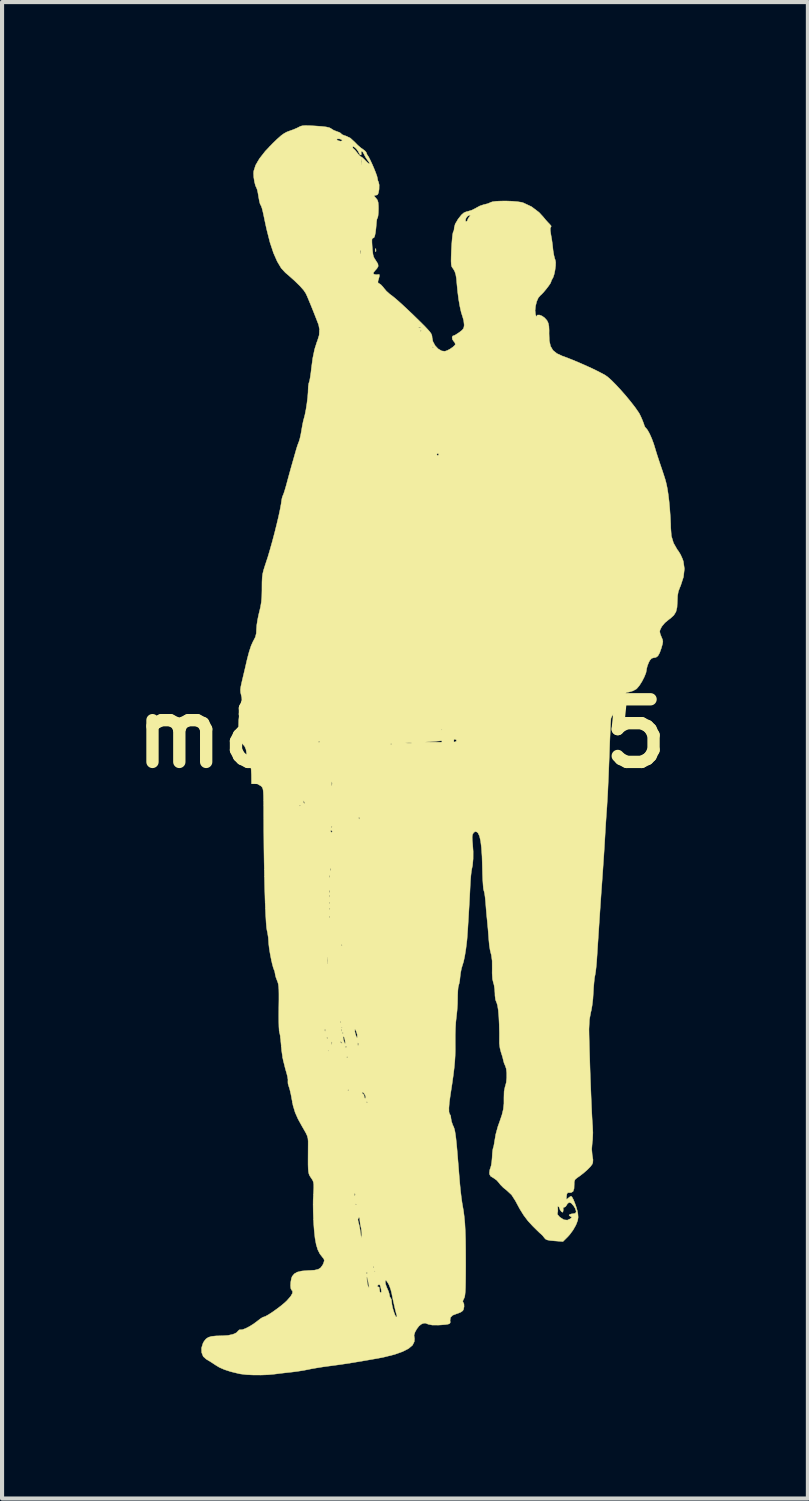
<source format=kicad_pcb>
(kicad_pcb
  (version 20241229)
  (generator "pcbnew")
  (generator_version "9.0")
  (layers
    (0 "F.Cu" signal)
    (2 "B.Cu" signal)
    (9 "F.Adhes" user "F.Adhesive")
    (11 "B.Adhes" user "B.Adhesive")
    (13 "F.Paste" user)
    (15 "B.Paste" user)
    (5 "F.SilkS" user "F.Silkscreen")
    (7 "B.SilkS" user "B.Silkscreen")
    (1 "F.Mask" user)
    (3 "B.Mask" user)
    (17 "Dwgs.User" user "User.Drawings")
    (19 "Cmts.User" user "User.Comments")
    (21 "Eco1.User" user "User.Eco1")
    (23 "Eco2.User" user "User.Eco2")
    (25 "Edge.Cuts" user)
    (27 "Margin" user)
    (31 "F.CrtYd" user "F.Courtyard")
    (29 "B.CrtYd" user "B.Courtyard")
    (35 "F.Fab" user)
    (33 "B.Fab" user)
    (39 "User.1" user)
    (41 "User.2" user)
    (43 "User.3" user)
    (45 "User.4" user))
  (footprint "m&d_logo5"
    (layer "F.Cu")
    (at 6.72 14.8)
    (property "Reference" "m&d_logo5" (at 0 0 0) (layer "F.SilkS") (effects (font (size 1.524 1.524) (thickness 0.3))))
    (attr through_hole)
    (fp_poly (pts (xy -0.624 -11.798) (xy -0.62 -11.743) (xy -0.624 -11.731) (xy -0.634 -11.727) (xy -0.637 -11.764) (xy -0.633 -11.802) (xy -0.624 -11.798)) (stroke (width 0.01) (type solid)) (fill yes) (layer "F.SilkS"))
    (fp_poly (pts (xy -2.257 -14.794) (xy -2.124 -14.787) (xy -2.091 -14.785) (xy -1.938 -14.774) (xy -1.831 -14.761) (xy -1.76 -14.745) (xy -1.718 -14.725) (xy -1.713 -14.72) (xy -1.654 -14.683) (xy -1.575 -14.651) (xy -1.567 -14.649) (xy -1.505 -14.626) (xy -1.472 -14.603) (xy -1.471 -14.598) (xy -1.447 -14.577) (xy -1.389 -14.552) (xy -1.358 -14.543) (xy -1.246 -14.491) (xy -1.143 -14.397) (xy -1.068 -14.32) (xy -0.988 -14.251) (xy -0.948 -14.224) (xy -0.89 -14.18) (xy -0.858 -14.142) (xy -0.856 -14.134) (xy -0.838 -14.087) (xy -0.826 -14.072) (xy -0.799 -14.03) (xy -0.76 -13.953) (xy -0.714 -13.855) (xy -0.668 -13.748) (xy -0.628 -13.648) (xy -0.599 -13.568) (xy -0.588 -13.522) (xy -0.576 -13.457) (xy -0.559 -13.418) (xy -0.544 -13.352) (xy -0.546 -13.255) (xy -0.548 -13.232) (xy -0.564 -13.151) (xy -0.585 -13.111) (xy -0.617 -13.101) (xy -0.66 -13.095) (xy -0.661 -13.073) (xy -0.62 -13.026) (xy -0.615 -13.021) (xy -0.586 -12.982) (xy -0.569 -12.927) (xy -0.562 -12.842) (xy -0.561 -12.771) (xy -0.564 -12.673) (xy -0.571 -12.597) (xy -0.58 -12.557) (xy -0.582 -12.555) (xy -0.599 -12.516) (xy -0.607 -12.464) (xy -0.621 -12.301) (xy -0.635 -12.185) (xy -0.651 -12.11) (xy -0.668 -12.07) (xy -0.689 -12.058) (xy -0.71 -12.05) (xy -0.72 -12.019) (xy -0.72 -11.954) (xy -0.715 -11.864) (xy -0.705 -11.745) (xy -0.695 -11.665) (xy -0.682 -11.609) (xy -0.661 -11.564) (xy -0.629 -11.516) (xy -0.622 -11.505) (xy -0.575 -11.43) (xy -0.567 -11.373) (xy -0.598 -11.317) (xy -0.635 -11.276) (xy -0.679 -11.223) (xy -0.685 -11.192) (xy -0.672 -11.178) (xy -0.618 -11.166) (xy -0.581 -11.17) (xy -0.543 -11.173) (xy -0.537 -11.142) (xy -0.541 -11.12) (xy -0.56 -11.05) (xy -0.573 -11.011) (xy -0.572 -10.968) (xy -0.543 -10.951) (xy -0.499 -10.92) (xy -0.445 -10.861) (xy -0.429 -10.839) (xy -0.368 -10.767) (xy -0.284 -10.692) (xy -0.235 -10.656) (xy -0.178 -10.611) (xy -0.09 -10.536) (xy 0.02 -10.437) (xy 0.144 -10.321) (xy 0.276 -10.196) (xy 0.318 -10.155) (xy 0.457 -10.019) (xy 0.563 -9.914) (xy 0.638 -9.834) (xy 0.69 -9.775) (xy 0.721 -9.73) (xy 0.737 -9.694) (xy 0.743 -9.661) (xy 0.743 -9.646) (xy 0.763 -9.542) (xy 0.816 -9.443) (xy 0.89 -9.363) (xy 0.976 -9.312) (xy 1.054 -9.302) (xy 1.114 -9.322) (xy 1.186 -9.361) (xy 1.253 -9.408) (xy 1.299 -9.452) (xy 1.31 -9.475) (xy 1.291 -9.522) (xy 1.27 -9.545) (xy 1.24 -9.589) (xy 1.231 -9.639) (xy 1.244 -9.674) (xy 1.259 -9.679) (xy 1.296 -9.693) (xy 1.358 -9.731) (xy 1.406 -9.763) (xy 1.476 -9.818) (xy 1.511 -9.864) (xy 1.523 -9.919) (xy 1.524 -9.951) (xy 1.513 -10.05) (xy 1.486 -10.146) (xy 1.484 -10.15) (xy 1.452 -10.251) (xy 1.42 -10.394) (xy 1.39 -10.564) (xy 1.366 -10.75) (xy 1.348 -10.934) (xy 1.336 -11.073) (xy 1.319 -11.173) (xy 1.294 -11.248) (xy 1.257 -11.312) (xy 1.233 -11.342) (xy 1.219 -11.371) (xy 1.21 -11.42) (xy 1.206 -11.497) (xy 1.208 -11.611) (xy 1.214 -11.769) (xy 1.215 -11.783) (xy 1.223 -11.924) (xy 1.233 -12.047) (xy 1.243 -12.14) (xy 1.254 -12.195) (xy 1.258 -12.204) (xy 1.276 -12.247) (xy 1.283 -12.312) (xy 1.306 -12.4) (xy 1.364 -12.497) (xy 1.555 -12.497) (xy 1.561 -12.465) (xy 1.577 -12.459) (xy 1.603 -12.48) (xy 1.604 -12.491) (xy 1.621 -12.534) (xy 1.647 -12.569) (xy 1.674 -12.603) (xy 1.663 -12.611) (xy 1.642 -12.609) (xy 1.602 -12.587) (xy 1.571 -12.544) (xy 1.555 -12.497) (xy 1.364 -12.497) (xy 1.375 -12.516) (xy 1.393 -12.54) (xy 1.46 -12.624) (xy 1.516 -12.672) (xy 1.575 -12.698) (xy 1.611 -12.706) (xy 1.707 -12.735) (xy 1.802 -12.782) (xy 1.816 -12.791) (xy 1.905 -12.839) (xy 2.003 -12.872) (xy 2.019 -12.875) (xy 2.097 -12.895) (xy 2.155 -12.919) (xy 2.163 -12.924) (xy 2.213 -12.941) (xy 2.302 -12.953) (xy 2.42 -12.958) (xy 2.553 -12.959) (xy 2.688 -12.954) (xy 2.812 -12.944) (xy 2.914 -12.929) (xy 2.959 -12.917) (xy 3.164 -12.821) (xy 3.346 -12.683) (xy 3.444 -12.577) (xy 3.51 -12.497) (xy 3.572 -12.429) (xy 3.606 -12.394) (xy 3.643 -12.349) (xy 3.634 -12.325) (xy 3.62 -12.297) (xy 3.621 -12.235) (xy 3.636 -12.135) (xy 3.655 -12.029) (xy 3.669 -11.928) (xy 3.676 -11.871) (xy 3.689 -11.749) (xy 3.708 -11.638) (xy 3.729 -11.554) (xy 3.741 -11.524) (xy 3.751 -11.468) (xy 3.748 -11.38) (xy 3.735 -11.277) (xy 3.715 -11.179) (xy 3.69 -11.102) (xy 3.679 -11.083) (xy 3.648 -11.025) (xy 3.636 -10.987) (xy 3.62 -10.952) (xy 3.578 -10.891) (xy 3.522 -10.818) (xy 3.462 -10.746) (xy 3.408 -10.688) (xy 3.376 -10.66) (xy 3.329 -10.605) (xy 3.289 -10.514) (xy 3.262 -10.405) (xy 3.25 -10.295) (xy 3.26 -10.202) (xy 3.261 -10.197) (xy 3.277 -10.154) (xy 3.286 -10.151) (xy 3.286 -10.153) (xy 3.307 -10.185) (xy 3.355 -10.186) (xy 3.418 -10.162) (xy 3.482 -10.117) (xy 3.536 -10.056) (xy 3.544 -10.044) (xy 3.571 -9.986) (xy 3.586 -9.914) (xy 3.591 -9.814) (xy 3.59 -9.735) (xy 3.596 -9.56) (xy 3.626 -9.427) (xy 3.685 -9.326) (xy 3.779 -9.249) (xy 3.913 -9.187) (xy 3.944 -9.177) (xy 4.037 -9.142) (xy 4.16 -9.093) (xy 4.295 -9.037) (xy 4.385 -8.998) (xy 4.526 -8.935) (xy 4.638 -8.884) (xy 4.741 -8.834) (xy 4.856 -8.775) (xy 4.948 -8.726) (xy 5.017 -8.678) (xy 5.111 -8.594) (xy 5.221 -8.483) (xy 5.341 -8.353) (xy 5.464 -8.213) (xy 5.581 -8.07) (xy 5.687 -7.933) (xy 5.773 -7.809) (xy 5.781 -7.797) (xy 5.806 -7.749) (xy 5.84 -7.676) (xy 5.873 -7.596) (xy 5.898 -7.529) (xy 5.909 -7.491) (xy 5.909 -7.491) (xy 5.927 -7.455) (xy 5.95 -7.432) (xy 5.99 -7.38) (xy 6.039 -7.291) (xy 6.089 -7.178) (xy 6.135 -7.054) (xy 6.16 -6.974) (xy 6.186 -6.887) (xy 6.223 -6.768) (xy 6.267 -6.635) (xy 6.295 -6.551) (xy 6.348 -6.395) (xy 6.386 -6.279) (xy 6.414 -6.191) (xy 6.434 -6.119) (xy 6.45 -6.051) (xy 6.465 -5.977) (xy 6.468 -5.962) (xy 6.489 -5.827) (xy 6.51 -5.656) (xy 6.527 -5.466) (xy 6.541 -5.275) (xy 6.549 -5.101) (xy 6.551 -5.01) (xy 6.566 -4.809) (xy 6.618 -4.637) (xy 6.709 -4.477) (xy 6.739 -4.438) (xy 6.789 -4.356) (xy 6.836 -4.252) (xy 6.857 -4.192) (xy 6.883 -4.01) (xy 6.86 -3.81) (xy 6.791 -3.597) (xy 6.775 -3.562) (xy 6.736 -3.459) (xy 6.717 -3.353) (xy 6.711 -3.22) (xy 6.704 -3.074) (xy 6.678 -2.965) (xy 6.626 -2.88) (xy 6.543 -2.804) (xy 6.508 -2.779) (xy 6.409 -2.697) (xy 6.333 -2.606) (xy 6.29 -2.52) (xy 6.283 -2.481) (xy 6.294 -2.427) (xy 6.322 -2.355) (xy 6.328 -2.341) (xy 6.351 -2.286) (xy 6.359 -2.239) (xy 6.35 -2.18) (xy 6.325 -2.091) (xy 6.323 -2.083) (xy 6.281 -1.965) (xy 6.24 -1.892) (xy 6.192 -1.855) (xy 6.135 -1.845) (xy 6.086 -1.831) (xy 6.043 -1.783) (xy 6.016 -1.733) (xy 5.983 -1.65) (xy 5.964 -1.575) (xy 5.962 -1.555) (xy 5.947 -1.477) (xy 5.906 -1.376) (xy 5.85 -1.267) (xy 5.787 -1.168) (xy 5.727 -1.097) (xy 5.713 -1.084) (xy 5.631 -1.039) (xy 5.544 -1.013) (xy 5.535 -1.011) (xy 5.469 -0.998) (xy 5.433 -0.961) (xy 5.414 -0.909) (xy 5.356 -0.757) (xy 5.281 -0.631) (xy 5.209 -0.543) (xy 5.15 -0.469) (xy 5.109 -0.401) (xy 5.096 -0.369) (xy 5.093 -0.328) (xy 5.087 -0.24) (xy 5.081 -0.113) (xy 5.074 0.047) (xy 5.066 0.232) (xy 5.059 0.436) (xy 5.055 0.548) (xy 5.046 0.778) (xy 5.037 1.009) (xy 5.027 1.231) (xy 5.018 1.433) (xy 5.008 1.606) (xy 5 1.738) (xy 4.999 1.765) (xy 4.987 1.927) (xy 4.974 2.121) (xy 4.961 2.326) (xy 4.95 2.519) (xy 4.947 2.567) (xy 4.936 2.755) (xy 4.923 2.962) (xy 4.909 3.165) (xy 4.897 3.344) (xy 4.894 3.382) (xy 4.878 3.614) (xy 4.859 3.875) (xy 4.84 4.152) (xy 4.821 4.434) (xy 4.803 4.71) (xy 4.786 4.969) (xy 4.771 5.198) (xy 4.759 5.386) (xy 4.758 5.401) (xy 4.748 5.548) (xy 4.736 5.683) (xy 4.723 5.794) (xy 4.711 5.869) (xy 4.708 5.882) (xy 4.696 5.946) (xy 4.685 6.049) (xy 4.674 6.175) (xy 4.667 6.297) (xy 4.657 6.457) (xy 4.639 6.608) (xy 4.618 6.732) (xy 4.606 6.778) (xy 4.572 6.961) (xy 4.561 7.19) (xy 4.561 7.192) (xy 4.563 7.322) (xy 4.567 7.488) (xy 4.572 7.683) (xy 4.579 7.899) (xy 4.586 8.129) (xy 4.594 8.364) (xy 4.603 8.599) (xy 4.612 8.824) (xy 4.621 9.032) (xy 4.629 9.217) (xy 4.637 9.37) (xy 4.644 9.483) (xy 4.649 9.545) (xy 4.656 9.713) (xy 4.649 9.886) (xy 4.642 9.939) (xy 4.628 10.109) (xy 4.64 10.253) (xy 4.644 10.274) (xy 4.659 10.372) (xy 4.654 10.44) (xy 4.638 10.481) (xy 4.596 10.537) (xy 4.522 10.612) (xy 4.43 10.693) (xy 4.331 10.769) (xy 4.271 10.81) (xy 4.221 10.853) (xy 4.202 10.91) (xy 4.202 10.956) (xy 4.198 11.071) (xy 4.174 11.141) (xy 4.127 11.169) (xy 4.095 11.17) (xy 4.047 11.171) (xy 4.024 11.199) (xy 4.015 11.256) (xy 4.011 11.316) (xy 4.02 11.331) (xy 4.05 11.309) (xy 4.057 11.302) (xy 4.102 11.267) (xy 4.127 11.256) (xy 4.15 11.28) (xy 4.183 11.341) (xy 4.218 11.427) (xy 4.252 11.524) (xy 4.279 11.618) (xy 4.291 11.68) (xy 4.298 11.767) (xy 4.288 11.841) (xy 4.257 11.926) (xy 4.237 11.97) (xy 4.175 12.079) (xy 4.095 12.188) (xy 4.046 12.243) (xy 3.928 12.36) (xy 3.722 12.344) (xy 3.613 12.334) (xy 3.544 12.32) (xy 3.502 12.299) (xy 3.476 12.269) (xy 3.431 12.212) (xy 3.397 12.18) (xy 3.361 12.149) (xy 3.3 12.09) (xy 3.223 12.014) (xy 3.191 11.982) (xy 3.076 11.857) (xy 2.975 11.723) (xy 2.937 11.662) (xy 3.793 11.662) (xy 3.796 11.703) (xy 3.847 11.761) (xy 3.857 11.77) (xy 3.951 11.83) (xy 4.035 11.839) (xy 4.106 11.806) (xy 4.141 11.776) (xy 4.133 11.759) (xy 4.111 11.75) (xy 4.077 11.725) (xy 4.09 11.701) (xy 4.14 11.686) (xy 4.173 11.684) (xy 4.233 11.67) (xy 4.251 11.626) (xy 4.225 11.551) (xy 4.19 11.494) (xy 4.13 11.425) (xy 4.078 11.407) (xy 4.035 11.442) (xy 4.024 11.463) (xy 3.992 11.51) (xy 3.964 11.524) (xy 3.935 11.536) (xy 3.933 11.544) (xy 3.935 11.585) (xy 3.933 11.614) (xy 3.924 11.648) (xy 3.895 11.635) (xy 3.89 11.631) (xy 3.856 11.586) (xy 3.85 11.562) (xy 3.83 11.517) (xy 3.819 11.508) (xy 3.799 11.51) (xy 3.802 11.558) (xy 3.804 11.623) (xy 3.793 11.662) (xy 2.937 11.662) (xy 2.877 11.566) (xy 2.773 11.373) (xy 2.767 11.363) (xy 2.678 11.224) (xy 2.565 11.119) (xy 2.558 11.113) (xy 2.476 11.047) (xy 2.406 10.977) (xy 2.377 10.938) (xy 2.317 10.869) (xy 2.239 10.813) (xy 2.233 10.81) (xy 2.168 10.77) (xy 2.142 10.723) (xy 2.139 10.688) (xy 2.149 10.611) (xy 2.168 10.557) (xy 2.183 10.504) (xy 2.196 10.417) (xy 2.205 10.312) (xy 2.205 10.307) (xy 2.211 10.208) (xy 2.22 10.129) (xy 2.229 10.086) (xy 2.23 10.085) (xy 2.243 10.043) (xy 2.256 9.972) (xy 2.26 9.944) (xy 2.293 9.75) (xy 2.345 9.561) (xy 2.389 9.438) (xy 2.444 9.276) (xy 2.477 9.139) (xy 2.492 9.003) (xy 2.492 8.861) (xy 2.496 8.708) (xy 2.52 8.591) (xy 2.526 8.575) (xy 2.549 8.487) (xy 2.56 8.374) (xy 2.56 8.257) (xy 2.548 8.154) (xy 2.525 8.086) (xy 2.495 8.016) (xy 2.478 7.952) (xy 2.46 7.877) (xy 2.432 7.785) (xy 2.422 7.757) (xy 2.395 7.652) (xy 2.381 7.539) (xy 2.381 7.516) (xy 2.382 7.287) (xy 2.377 7.077) (xy 2.368 6.891) (xy 2.355 6.737) (xy 2.337 6.621) (xy 2.317 6.55) (xy 2.311 6.54) (xy 2.287 6.476) (xy 2.274 6.376) (xy 2.273 6.321) (xy 2.266 6.215) (xy 2.251 6.116) (xy 2.236 6.066) (xy 2.214 5.974) (xy 2.205 5.834) (xy 2.206 5.722) (xy 2.205 5.529) (xy 2.186 5.387) (xy 2.175 5.349) (xy 2.154 5.261) (xy 2.136 5.144) (xy 2.125 5.028) (xy 2.116 4.904) (xy 2.104 4.754) (xy 2.09 4.607) (xy 2.087 4.572) (xy 2.072 4.425) (xy 2.058 4.264) (xy 2.047 4.12) (xy 2.045 4.093) (xy 2.034 3.983) (xy 2.021 3.889) (xy 2.006 3.827) (xy 2.002 3.818) (xy 1.993 3.776) (xy 1.985 3.689) (xy 1.977 3.568) (xy 1.971 3.421) (xy 1.967 3.258) (xy 1.967 3.253) (xy 1.959 2.991) (xy 1.945 2.779) (xy 1.925 2.615) (xy 1.898 2.497) (xy 1.863 2.422) (xy 1.835 2.395) (xy 1.791 2.383) (xy 1.752 2.414) (xy 1.748 2.42) (xy 1.727 2.459) (xy 1.719 2.515) (xy 1.722 2.601) (xy 1.729 2.674) (xy 1.743 2.867) (xy 1.742 3.049) (xy 1.728 3.206) (xy 1.711 3.288) (xy 1.7 3.352) (xy 1.688 3.455) (xy 1.678 3.581) (xy 1.671 3.703) (xy 1.664 3.85) (xy 1.655 4.02) (xy 1.645 4.205) (xy 1.634 4.392) (xy 1.623 4.574) (xy 1.613 4.739) (xy 1.603 4.878) (xy 1.596 4.981) (xy 1.592 5.027) (xy 1.567 5.234) (xy 1.539 5.41) (xy 1.51 5.547) (xy 1.483 5.634) (xy 1.458 5.717) (xy 1.437 5.826) (xy 1.427 5.906) (xy 1.417 6.003) (xy 1.402 6.084) (xy 1.39 6.124) (xy 1.379 6.17) (xy 1.371 6.255) (xy 1.366 6.365) (xy 1.365 6.434) (xy 1.362 6.58) (xy 1.352 6.737) (xy 1.337 6.877) (xy 1.333 6.911) (xy 1.321 7.021) (xy 1.312 7.167) (xy 1.307 7.333) (xy 1.307 7.5) (xy 1.307 7.526) (xy 1.308 7.684) (xy 1.305 7.832) (xy 1.296 7.98) (xy 1.281 8.139) (xy 1.259 8.319) (xy 1.229 8.531) (xy 1.19 8.783) (xy 1.164 8.968) (xy 1.153 9.111) (xy 1.155 9.21) (xy 1.172 9.26) (xy 1.176 9.264) (xy 1.196 9.3) (xy 1.203 9.361) (xy 1.216 9.436) (xy 1.246 9.524) (xy 1.256 9.544) (xy 1.272 9.579) (xy 1.286 9.621) (xy 1.299 9.677) (xy 1.311 9.75) (xy 1.324 9.846) (xy 1.337 9.971) (xy 1.352 10.13) (xy 1.368 10.328) (xy 1.388 10.57) (xy 1.404 10.775) (xy 1.419 10.95) (xy 1.436 11.125) (xy 1.455 11.283) (xy 1.473 11.413) (xy 1.485 11.483) (xy 1.508 11.614) (xy 1.526 11.755) (xy 1.541 11.914) (xy 1.551 12.096) (xy 1.558 12.31) (xy 1.561 12.562) (xy 1.562 12.859) (xy 1.562 12.959) (xy 1.561 13.18) (xy 1.559 13.354) (xy 1.556 13.487) (xy 1.551 13.585) (xy 1.544 13.656) (xy 1.536 13.704) (xy 1.524 13.737) (xy 1.515 13.753) (xy 1.49 13.809) (xy 1.498 13.836) (xy 1.519 13.877) (xy 1.522 13.943) (xy 1.508 14.011) (xy 1.491 14.043) (xy 1.444 14.077) (xy 1.371 14.108) (xy 1.347 14.115) (xy 1.244 14.154) (xy 1.191 14.208) (xy 1.181 14.28) (xy 1.183 14.291) (xy 1.186 14.328) (xy 1.174 14.353) (xy 1.138 14.369) (xy 1.07 14.38) (xy 0.96 14.389) (xy 0.896 14.393) (xy 0.746 14.392) (xy 0.646 14.371) (xy 0.635 14.366) (xy 0.576 14.344) (xy 0.523 14.352) (xy 0.479 14.372) (xy 0.424 14.417) (xy 0.371 14.487) (xy 0.328 14.565) (xy 0.305 14.636) (xy 0.309 14.681) (xy 0.316 14.724) (xy 0.31 14.792) (xy 0.31 14.796) (xy 0.267 14.883) (xy 0.172 14.963) (xy 0.026 15.038) (xy -0.168 15.107) (xy -0.41 15.168) (xy -0.561 15.199) (xy -0.881 15.255) (xy -1.19 15.307) (xy -1.475 15.351) (xy -1.725 15.385) (xy -1.765 15.39) (xy -1.911 15.41) (xy -2.06 15.434) (xy -2.192 15.457) (xy -2.259 15.471) (xy -2.382 15.495) (xy -2.527 15.518) (xy -2.665 15.536) (xy -2.674 15.537) (xy -2.81 15.552) (xy -2.956 15.569) (xy -3.081 15.585) (xy -3.088 15.586) (xy -3.245 15.601) (xy -3.423 15.608) (xy -3.606 15.607) (xy -3.775 15.599) (xy -3.914 15.582) (xy -3.957 15.574) (xy -4.154 15.526) (xy -4.308 15.476) (xy -4.432 15.422) (xy -4.532 15.361) (xy -4.621 15.302) (xy -4.707 15.249) (xy -4.75 15.224) (xy -4.825 15.157) (xy -4.863 15.061) (xy -4.866 14.948) (xy -4.83 14.833) (xy -4.801 14.782) (xy -4.755 14.727) (xy -4.699 14.69) (xy -4.622 14.667) (xy -4.513 14.656) (xy -4.362 14.652) (xy -4.355 14.652) (xy -4.219 14.643) (xy -4.102 14.617) (xy -4.017 14.579) (xy -3.975 14.533) (xy -3.942 14.505) (xy -3.921 14.507) (xy -3.871 14.503) (xy -3.791 14.473) (xy -3.694 14.423) (xy -3.593 14.359) (xy -3.505 14.293) (xy -3.437 14.24) (xy -3.382 14.205) (xy -3.36 14.197) (xy -3.313 14.181) (xy -3.236 14.138) (xy -3.14 14.076) (xy -3.035 14.001) (xy -2.932 13.923) (xy -2.841 13.847) (xy -2.787 13.796) (xy -2.697 13.693) (xy -2.653 13.616) (xy -2.653 13.563) (xy -2.674 13.542) (xy -2.693 13.504) (xy -2.7 13.432) (xy -2.695 13.345) (xy -2.68 13.261) (xy -2.666 13.221) (xy -0.846 13.221) (xy -0.844 13.273) (xy -0.842 13.297) (xy -0.826 13.408) (xy -0.805 13.466) (xy -0.79 13.475) (xy -0.789 13.452) (xy -0.789 13.452) (xy -0.588 13.452) (xy -0.572 13.466) (xy -0.561 13.462) (xy -0.543 13.472) (xy -0.535 13.524) (xy -0.535 13.527) (xy -0.527 13.584) (xy -0.507 13.609) (xy -0.506 13.609) (xy -0.489 13.586) (xy -0.496 13.522) (xy -0.512 13.456) (xy -0.526 13.416) (xy -0.526 13.415) (xy -0.553 13.406) (xy -0.581 13.428) (xy -0.588 13.452) (xy -0.789 13.452) (xy -0.799 13.395) (xy -0.803 13.375) (xy -0.812 13.333) (xy -0.396 13.333) (xy -0.389 13.392) (xy -0.362 13.471) (xy -0.349 13.499) (xy -0.315 13.577) (xy -0.296 13.643) (xy -0.294 13.66) (xy -0.282 13.712) (xy -0.267 13.729) (xy -0.248 13.766) (xy -0.241 13.823) (xy -0.233 13.892) (xy -0.215 13.978) (xy -0.189 14.066) (xy -0.162 14.141) (xy -0.137 14.189) (xy -0.125 14.197) (xy -0.11 14.178) (xy -0.113 14.164) (xy -0.13 14.107) (xy -0.154 14.013) (xy -0.18 13.898) (xy -0.207 13.778) (xy -0.23 13.667) (xy -0.237 13.627) (xy -0.264 13.521) (xy -0.302 13.42) (xy -0.327 13.373) (xy -0.365 13.316) (xy -0.385 13.3) (xy -0.394 13.322) (xy -0.396 13.333) (xy -0.812 13.333) (xy -0.826 13.272) (xy -0.84 13.221) (xy -0.846 13.221) (xy -2.666 13.221) (xy -2.662 13.21) (xy -2.611 13.146) (xy -2.579 13.128) (xy -0.856 13.128) (xy -0.846 13.15) (xy -0.838 13.146) (xy -0.835 13.114) (xy -0.838 13.11) (xy -0.854 13.114) (xy -0.856 13.128) (xy -2.579 13.128) (xy -2.533 13.102) (xy -2.471 13.088) (xy -0.668 13.088) (xy -0.655 13.101) (xy -0.642 13.088) (xy -0.655 13.074) (xy -0.668 13.088) (xy -2.471 13.088) (xy -2.42 13.076) (xy -2.263 13.064) (xy -2.249 13.064) (xy -2.116 13.056) (xy -2.025 13.034) (xy -1.962 12.993) (xy -1.954 12.981) (xy -0.695 12.981) (xy -0.682 12.994) (xy -0.668 12.981) (xy -0.682 12.967) (xy -0.695 12.981) (xy -1.954 12.981) (xy -1.916 12.926) (xy -1.897 12.884) (xy -1.879 12.823) (xy -1.892 12.779) (xy -1.92 12.746) (xy -1.986 12.661) (xy -2.037 12.56) (xy -2.076 12.434) (xy -2.105 12.275) (xy -2.126 12.075) (xy -2.134 11.965) (xy -2.142 11.825) (xy -1.063 11.825) (xy -1.048 11.895) (xy -1.047 11.896) (xy -1.028 11.968) (xy -1.009 12.068) (xy -0.998 12.145) (xy -0.986 12.229) (xy -0.977 12.262) (xy -0.971 12.249) (xy -0.967 12.221) (xy -0.969 12.134) (xy -0.982 12.036) (xy -0.987 12.015) (xy -1.006 11.925) (xy -1.015 11.843) (xy -1.016 11.827) (xy -1.021 11.779) (xy -1.04 11.778) (xy -1.046 11.784) (xy -1.063 11.825) (xy -2.142 11.825) (xy -2.143 11.797) (xy -2.149 11.626) (xy -2.151 11.47) (xy -2.151 11.457) (xy -1.123 11.457) (xy -1.11 11.47) (xy -1.096 11.457) (xy -1.11 11.443) (xy -1.123 11.457) (xy -2.151 11.457) (xy -2.15 11.345) (xy -2.148 11.31) (xy -2.143 11.214) (xy -1.148 11.214) (xy -1.143 11.249) (xy -1.134 11.249) (xy -1.127 11.213) (xy -1.131 11.198) (xy -1.143 11.188) (xy -1.148 11.214) (xy -2.143 11.214) (xy -2.14 11.157) (xy -2.135 11.048) (xy -2.136 10.971) (xy -2.144 10.917) (xy -2.159 10.875) (xy -2.184 10.834) (xy -2.202 10.808) (xy -2.225 10.773) (xy -2.243 10.741) (xy -2.256 10.702) (xy -2.265 10.652) (xy -2.271 10.581) (xy -2.274 10.485) (xy -2.274 10.355) (xy -2.273 10.184) (xy -2.272 10.004) (xy -2.272 9.916) (xy -2.278 9.849) (xy -2.295 9.787) (xy -2.327 9.718) (xy -2.38 9.625) (xy -2.419 9.558) (xy -2.518 9.379) (xy -2.589 9.218) (xy -2.639 9.053) (xy -2.655 8.97) (xy -0.856 8.97) (xy -0.842 8.984) (xy -0.829 8.97) (xy -0.842 8.957) (xy -0.856 8.97) (xy -2.655 8.97) (xy -2.676 8.861) (xy -2.677 8.851) (xy -2.698 8.745) (xy -2.699 8.74) (xy -0.963 8.74) (xy -0.944 8.768) (xy -0.936 8.77) (xy -0.914 8.792) (xy -0.909 8.823) (xy -0.899 8.867) (xy -0.885 8.877) (xy -0.871 8.855) (xy -0.874 8.824) (xy -0.896 8.777) (xy -0.926 8.74) (xy -0.952 8.724) (xy -0.963 8.74) (xy -2.699 8.74) (xy -2.715 8.676) (xy -1.31 8.676) (xy -1.297 8.689) (xy -1.283 8.676) (xy -1.297 8.663) (xy -1.31 8.676) (xy -2.715 8.676) (xy -2.722 8.646) (xy -2.741 8.59) (xy -2.762 8.52) (xy -2.765 8.467) (xy -2.764 8.463) (xy -2.763 8.418) (xy -2.776 8.341) (xy -2.794 8.27) (xy -2.818 8.187) (xy -2.834 8.128) (xy -2.839 8.109) (xy -2.845 8.082) (xy -2.861 8.019) (xy -2.876 7.963) (xy -2.894 7.874) (xy -1.337 7.874) (xy -1.323 7.887) (xy -1.31 7.874) (xy -1.323 7.861) (xy -1.337 7.874) (xy -2.894 7.874) (xy -2.894 7.871) (xy -2.912 7.748) (xy -2.916 7.714) (xy -1.791 7.714) (xy -1.778 7.727) (xy -1.765 7.714) (xy -1.778 7.7) (xy -1.791 7.714) (xy -2.916 7.714) (xy -2.926 7.62) (xy -1.364 7.62) (xy -1.354 7.642) (xy -1.346 7.638) (xy -1.343 7.606) (xy -1.346 7.602) (xy -1.362 7.606) (xy -1.364 7.62) (xy -2.926 7.62) (xy -2.926 7.614) (xy -2.93 7.568) (xy -2.934 7.524) (xy -1.709 7.524) (xy -1.704 7.559) (xy -1.695 7.559) (xy -1.694 7.551) (xy -1.067 7.551) (xy -1.062 7.586) (xy -1.053 7.586) (xy -1.047 7.55) (xy -1.051 7.535) (xy -1.063 7.525) (xy -1.067 7.551) (xy -1.694 7.551) (xy -1.689 7.524) (xy -1.693 7.508) (xy -1.705 7.498) (xy -1.709 7.524) (xy -2.934 7.524) (xy -2.937 7.494) (xy -1.493 7.494) (xy -1.486 7.509) (xy -1.46 7.538) (xy -1.444 7.532) (xy -1.444 7.528) (xy -1.463 7.505) (xy -1.475 7.497) (xy -1.493 7.494) (xy -2.937 7.494) (xy -2.94 7.452) (xy -2.946 7.406) (xy -1.818 7.406) (xy -1.808 7.428) (xy -1.8 7.424) (xy -1.798 7.396) (xy -1.422 7.396) (xy -1.411 7.457) (xy -1.407 7.471) (xy -1.383 7.536) (xy -1.369 7.55) (xy -1.368 7.515) (xy -1.378 7.449) (xy -1.395 7.39) (xy -1.412 7.365) (xy -1.416 7.365) (xy -1.422 7.396) (xy -1.798 7.396) (xy -1.797 7.392) (xy -1.8 7.388) (xy -1.816 7.392) (xy -1.818 7.406) (xy -2.946 7.406) (xy -2.952 7.353) (xy -2.965 7.286) (xy -1.444 7.286) (xy -1.43 7.299) (xy -1.417 7.286) (xy -1.43 7.272) (xy -1.444 7.286) (xy -2.965 7.286) (xy -2.965 7.286) (xy -2.971 7.268) (xy -2.978 7.228) (xy -2.978 7.219) (xy -1.872 7.219) (xy -1.862 7.241) (xy -1.854 7.237) (xy -1.852 7.219) (xy -1.471 7.219) (xy -1.461 7.241) (xy -1.453 7.237) (xy -1.452 7.231) (xy -1.139 7.231) (xy -1.126 7.296) (xy -1.117 7.325) (xy -1.094 7.387) (xy -1.079 7.399) (xy -1.075 7.387) (xy -1.078 7.325) (xy -1.096 7.26) (xy -1.121 7.206) (xy -1.136 7.199) (xy -1.139 7.231) (xy -1.452 7.231) (xy -1.45 7.205) (xy -1.453 7.201) (xy -1.469 7.205) (xy -1.471 7.219) (xy -1.852 7.219) (xy -1.851 7.205) (xy -1.854 7.201) (xy -1.87 7.205) (xy -1.872 7.219) (xy -2.978 7.219) (xy -2.982 7.152) (xy -1.471 7.152) (xy -1.457 7.165) (xy -1.444 7.152) (xy -1.457 7.139) (xy -1.471 7.152) (xy -2.982 7.152) (xy -2.983 7.144) (xy -2.986 7.024) (xy -2.986 7.018) (xy -1.497 7.018) (xy -1.484 7.032) (xy -1.471 7.018) (xy -1.484 7.005) (xy -1.497 7.018) (xy -2.986 7.018) (xy -2.987 6.877) (xy -2.986 6.711) (xy -2.986 6.672) (xy -2.983 6.482) (xy -2.983 6.337) (xy -2.985 6.229) (xy -2.991 6.15) (xy -2.999 6.092) (xy -3.013 6.045) (xy -3.026 6.012) (xy -3.056 5.933) (xy -3.073 5.866) (xy -3.075 5.851) (xy -3.087 5.783) (xy -3.102 5.748) (xy -3.123 5.689) (xy -3.149 5.592) (xy -3.164 5.521) (xy -1.81 5.521) (xy -1.809 5.585) (xy -1.804 5.608) (xy -1.799 5.595) (xy -1.794 5.522) (xy -1.799 5.461) (xy -1.805 5.443) (xy -1.809 5.472) (xy -1.81 5.521) (xy -3.164 5.521) (xy -3.175 5.471) (xy -3.2 5.341) (xy -3.22 5.217) (xy -3.228 5.147) (xy -1.471 5.147) (xy -1.457 5.16) (xy -1.444 5.147) (xy -1.457 5.133) (xy -1.471 5.147) (xy -3.228 5.147) (xy -3.232 5.113) (xy -3.235 5.061) (xy -3.242 4.963) (xy -3.26 4.849) (xy -3.273 4.79) (xy -3.284 4.722) (xy -3.294 4.605) (xy -3.302 4.465) (xy -1.765 4.465) (xy -1.755 4.487) (xy -1.747 4.483) (xy -1.744 4.451) (xy -1.747 4.447) (xy -1.763 4.451) (xy -1.765 4.465) (xy -3.302 4.465) (xy -3.304 4.443) (xy -3.312 4.265) (xy -1.765 4.265) (xy -1.751 4.278) (xy -1.738 4.265) (xy -1.751 4.251) (xy -1.765 4.265) (xy -3.312 4.265) (xy -3.313 4.241) (xy -3.318 4.117) (xy -1.765 4.117) (xy -1.755 4.139) (xy -1.747 4.135) (xy -1.744 4.104) (xy -1.747 4.1) (xy -1.763 4.103) (xy -1.765 4.117) (xy -3.318 4.117) (xy -3.322 4.004) (xy -3.323 3.957) (xy -1.765 3.957) (xy -1.755 3.979) (xy -1.747 3.975) (xy -1.744 3.943) (xy -1.747 3.939) (xy -1.763 3.943) (xy -1.765 3.957) (xy -3.323 3.957) (xy -3.327 3.835) (xy -1.763 3.835) (xy -1.758 3.869) (xy -1.748 3.87) (xy -1.742 3.834) (xy -1.746 3.818) (xy -1.758 3.808) (xy -1.763 3.835) (xy -3.327 3.835) (xy -3.33 3.735) (xy -3.336 3.476) (xy -1.765 3.476) (xy -1.755 3.498) (xy -1.747 3.494) (xy -1.744 3.462) (xy -1.747 3.458) (xy -1.763 3.462) (xy -1.765 3.476) (xy -3.336 3.476) (xy -3.337 3.44) (xy -3.339 3.3) (xy -1.736 3.3) (xy -1.731 3.334) (xy -1.722 3.335) (xy -1.715 3.299) (xy -1.72 3.284) (xy -1.732 3.273) (xy -1.736 3.3) (xy -3.339 3.3) (xy -3.343 3.123) (xy -3.348 2.788) (xy -3.351 2.44) (xy -3.352 2.369) (xy -1.729 2.369) (xy -1.725 2.38) (xy -1.7 2.405) (xy -1.696 2.406) (xy -1.685 2.386) (xy -1.684 2.38) (xy -1.705 2.354) (xy -1.713 2.353) (xy -1.729 2.369) (xy -3.352 2.369) (xy -3.352 2.273) (xy -1.711 2.273) (xy -1.701 2.295) (xy -1.693 2.29) (xy -1.69 2.259) (xy -1.693 2.255) (xy -1.709 2.258) (xy -1.711 2.273) (xy -3.352 2.273) (xy -3.353 2.083) (xy -3.353 2.059) (xy -1.043 2.059) (xy -1.033 2.081) (xy -1.025 2.077) (xy -1.022 2.045) (xy -1.025 2.041) (xy -1.041 2.045) (xy -1.043 2.059) (xy -3.353 2.059) (xy -3.354 2) (xy -3.354 1.795) (xy -3.355 1.751) (xy -2.487 1.751) (xy -2.473 1.765) (xy -2.46 1.751) (xy -2.473 1.738) (xy -2.487 1.751) (xy -3.355 1.751) (xy -3.356 1.637) (xy -3.356 1.634) (xy -2.399 1.634) (xy -2.393 1.66) (xy -2.391 1.666) (xy -2.37 1.698) (xy -2.358 1.698) (xy -2.361 1.67) (xy -2.376 1.651) (xy -2.399 1.634) (xy -3.356 1.634) (xy -3.358 1.518) (xy -3.362 1.433) (xy -3.368 1.374) (xy -3.377 1.335) (xy -3.39 1.308) (xy -3.407 1.287) (xy -3.416 1.278) (xy -3.503 1.226) (xy -3.563 1.217) (xy -1.706 1.217) (xy -1.703 1.262) (xy -1.695 1.266) (xy -1.694 1.264) (xy -1.688 1.211) (xy -1.693 1.184) (xy -1.701 1.173) (xy -1.706 1.208) (xy -1.706 1.217) (xy -3.563 1.217) (xy -3.65 1.217) (xy -3.652 1.003) (xy -3.659 0.868) (xy -3.673 0.789) (xy -1.684 0.789) (xy -1.671 0.802) (xy -1.658 0.789) (xy -1.671 0.775) (xy -1.684 0.789) (xy -3.673 0.789) (xy -3.676 0.768) (xy -3.709 0.683) (xy -3.712 0.676) (xy -3.748 0.589) (xy -3.768 0.504) (xy -3.77 0.481) (xy -3.784 0.387) (xy -3.82 0.305) (xy -3.859 0.263) (xy -3.865 0.254) (xy -2.299 0.254) (xy -2.286 0.267) (xy -2.273 0.254) (xy -0.267 0.254) (xy -0.254 0.267) (xy -0.241 0.254) (xy -0.254 0.241) (xy -0.267 0.254) (xy -2.273 0.254) (xy -2.286 0.241) (xy -2.299 0.254) (xy -3.865 0.254) (xy -3.878 0.234) (xy -2.154 0.234) (xy -2.128 0.239) (xy -2.093 0.234) (xy -2.093 0.227) (xy 0.097 0.227) (xy 0.127 0.231) (xy 0.187 0.233) (xy 0.253 0.231) (xy 0.278 0.227) (xy 0.261 0.221) (xy 0.174 0.217) (xy 0.114 0.221) (xy 0.097 0.227) (xy -2.093 0.227) (xy -2.093 0.224) (xy -2.128 0.218) (xy -2.144 0.222) (xy -2.154 0.234) (xy -3.878 0.234) (xy -3.884 0.225) (xy -3.892 0.196) (xy -2.023 0.196) (xy -2.019 0.212) (xy -2.005 0.214) (xy -1.988 0.206) (xy 0.575 0.206) (xy 0.956 0.21) (xy 1.107 0.211) (xy 1.213 0.209) (xy 1.281 0.205) (xy 1.319 0.196) (xy 1.335 0.182) (xy 1.337 0.172) (xy 1.328 0.147) (xy 1.291 0.14) (xy 1.216 0.148) (xy 1.135 0.159) (xy 1.02 0.17) (xy 0.892 0.182) (xy 0.835 0.186) (xy 0.575 0.206) (xy -1.988 0.206) (xy -1.983 0.204) (xy -1.987 0.196) (xy -2.019 0.193) (xy -2.023 0.196) (xy -3.892 0.196) (xy -3.895 0.183) (xy -3.912 0.109) (xy -3.932 0.05) (xy -3.955 -0.046) (xy -3.958 -0.09) (xy 0.965 -0.09) (xy 0.983 -0.085) (xy 1.043 -0.082) (xy 1.13 -0.08) (xy 1.132 -0.08) (xy 1.223 -0.084) (xy 1.287 -0.093) (xy 1.31 -0.107) (xy 1.286 -0.115) (xy 1.227 -0.118) (xy 1.147 -0.117) (xy 1.066 -0.111) (xy 1 -0.101) (xy 0.965 -0.09) (xy -3.958 -0.09) (xy -3.965 -0.177) (xy -3.961 -0.329) (xy -3.945 -0.486) (xy -3.92 -0.622) (xy -3.894 -0.735) (xy -3.884 -0.815) (xy -3.887 -0.879) (xy -3.902 -0.94) (xy -3.916 -1.002) (xy -3.92 -1.065) (xy -3.91 -1.143) (xy -3.886 -1.254) (xy -3.88 -1.28) (xy -3.85 -1.407) (xy -3.813 -1.562) (xy -3.776 -1.723) (xy -3.754 -1.818) (xy -3.708 -1.991) (xy -3.66 -2.137) (xy -3.612 -2.243) (xy -3.606 -2.253) (xy -3.557 -2.348) (xy -3.534 -2.439) (xy -3.529 -2.541) (xy -3.522 -2.641) (xy -3.502 -2.769) (xy -3.474 -2.904) (xy -3.462 -2.952) (xy -3.431 -3.082) (xy -3.411 -3.201) (xy -3.4 -3.328) (xy -3.396 -3.483) (xy -3.396 -3.54) (xy -3.395 -3.685) (xy -3.39 -3.794) (xy -3.379 -3.884) (xy -3.358 -3.972) (xy -3.326 -4.075) (xy -3.301 -4.151) (xy -3.252 -4.3) (xy -3.199 -4.48) (xy -3.143 -4.679) (xy -3.088 -4.887) (xy -3.037 -5.092) (xy -2.991 -5.285) (xy -2.955 -5.454) (xy -2.93 -5.588) (xy -2.923 -5.641) (xy -2.91 -5.72) (xy -2.894 -5.777) (xy -2.888 -5.789) (xy -2.872 -5.825) (xy -2.847 -5.9) (xy -2.818 -5.998) (xy -2.809 -6.029) (xy -2.751 -6.244) (xy -2.701 -6.425) (xy -2.655 -6.588) (xy -2.635 -6.657) (xy -2.605 -6.763) (xy -2.597 -6.791) (xy 0.856 -6.791) (xy 0.876 -6.765) (xy 0.882 -6.764) (xy 0.908 -6.785) (xy 0.909 -6.791) (xy 0.889 -6.817) (xy 0.882 -6.818) (xy 0.856 -6.798) (xy 0.856 -6.791) (xy -2.597 -6.791) (xy -2.575 -6.867) (xy -2.563 -6.911) (xy -2.534 -7.004) (xy -2.502 -7.091) (xy -2.497 -7.101) (xy -2.476 -7.168) (xy -2.453 -7.268) (xy -2.433 -7.378) (xy -2.433 -7.381) (xy -2.414 -7.491) (xy -2.394 -7.591) (xy -2.377 -7.659) (xy -2.376 -7.66) (xy -2.351 -7.756) (xy -2.325 -7.887) (xy -2.302 -8.035) (xy -2.284 -8.181) (xy -2.274 -8.307) (xy -2.273 -8.349) (xy -2.269 -8.442) (xy -2.258 -8.518) (xy -2.248 -8.549) (xy -2.235 -8.594) (xy -2.22 -8.679) (xy -2.204 -8.79) (xy -2.194 -8.881) (xy -2.16 -9.135) (xy -2.115 -9.351) (xy -2.1 -9.398) (xy 0.749 -9.398) (xy 0.762 -9.385) (xy 0.775 -9.398) (xy 0.762 -9.411) (xy 0.749 -9.398) (xy -2.1 -9.398) (xy -2.061 -9.522) (xy -2.047 -9.556) (xy -2.004 -9.695) (xy -1.998 -9.799) (xy 0.455 -9.799) (xy 0.468 -9.786) (xy 0.481 -9.799) (xy 0.468 -9.812) (xy 0.455 -9.799) (xy -1.998 -9.799) (xy -1.995 -9.836) (xy -2.003 -9.872) (xy 0.413 -9.872) (xy 0.439 -9.868) (xy 0.474 -9.873) (xy 0.474 -9.882) (xy 0.438 -9.888) (xy 0.423 -9.884) (xy 0.413 -9.872) (xy -2.003 -9.872) (xy -2.017 -9.946) (xy -2.077 -10.101) (xy -2.14 -10.261) (xy -2.201 -10.413) (xy -2.257 -10.548) (xy -2.302 -10.654) (xy -2.329 -10.711) (xy -2.383 -10.792) (xy -2.476 -10.896) (xy -2.603 -11.02) (xy -2.757 -11.157) (xy -2.826 -11.215) (xy -2.928 -11.326) (xy -3.025 -11.489) (xy -3.117 -11.698) (xy -3.125 -11.724) (xy -1.011 -11.724) (xy -1.008 -11.678) (xy -1 -11.674) (xy -0.998 -11.677) (xy -0.993 -11.73) (xy -0.997 -11.757) (xy -1.006 -11.768) (xy -1.011 -11.732) (xy -1.011 -11.724) (xy -3.125 -11.724) (xy -3.201 -11.952) (xy -3.276 -12.247) (xy -3.291 -12.312) (xy -3.319 -12.441) (xy -3.346 -12.571) (xy -3.369 -12.678) (xy -3.374 -12.7) (xy -3.395 -12.783) (xy -3.417 -12.844) (xy -3.429 -12.863) (xy -3.444 -12.896) (xy -3.461 -12.966) (xy -3.478 -13.06) (xy -3.478 -13.061) (xy -3.494 -13.157) (xy -3.511 -13.233) (xy -3.526 -13.273) (xy -3.554 -13.333) (xy -3.578 -13.427) (xy -3.595 -13.534) (xy -3.6 -13.635) (xy -3.596 -13.688) (xy -3.55 -13.831) (xy -3.5 -13.917) (xy -0.983 -13.917) (xy -0.98 -13.861) (xy -0.974 -13.847) (xy -0.971 -13.856) (xy -0.966 -13.92) (xy -0.97 -13.963) (xy -0.977 -13.978) (xy -0.982 -13.946) (xy -0.983 -13.917) (xy -3.5 -13.917) (xy -3.455 -13.993) (xy -3.315 -14.172) (xy -3.212 -14.28) (xy -1.188 -14.28) (xy -1.184 -14.246) (xy -1.169 -14.232) (xy -1.131 -14.197) (xy -1.083 -14.138) (xy -1.073 -14.124) (xy -1.028 -14.068) (xy -0.993 -14.039) (xy -0.987 -14.037) (xy -0.955 -14.018) (xy -0.905 -13.971) (xy -0.878 -13.942) (xy -0.821 -13.886) (xy -0.786 -13.865) (xy -0.778 -13.878) (xy -0.805 -13.925) (xy -0.825 -13.95) (xy -0.875 -14.025) (xy -0.912 -14.097) (xy -0.941 -14.15) (xy -0.968 -14.171) (xy -0.984 -14.151) (xy -0.98 -14.131) (xy -0.979 -14.089) (xy -0.989 -14.077) (xy -1.014 -14.087) (xy -1.03 -14.118) (xy -1.058 -14.173) (xy -1.1 -14.229) (xy -1.145 -14.27) (xy -1.179 -14.286) (xy -1.188 -14.28) (xy -3.212 -14.28) (xy -3.132 -14.364) (xy -3.037 -14.455) (xy -1.578 -14.455) (xy -1.549 -14.431) (xy -1.544 -14.429) (xy -1.483 -14.414) (xy -1.447 -14.424) (xy -1.444 -14.435) (xy -1.467 -14.457) (xy -1.511 -14.471) (xy -1.562 -14.472) (xy -1.578 -14.455) (xy -3.037 -14.455) (xy -3.018 -14.473) (xy -2.93 -14.551) (xy -2.857 -14.603) (xy -2.791 -14.639) (xy -2.727 -14.663) (xy -2.629 -14.698) (xy -2.539 -14.737) (xy -2.5 -14.757) (xy -2.46 -14.777) (xy -2.413 -14.79) (xy -2.349 -14.795) (xy -2.257 -14.794)) (stroke (width 0.01) (type solid)) (fill yes) (layer "F.SilkS")))
  (gr_rect
    (start -3 -3)
    (end 16.608 33.413)
    (stroke (width 0.1) (type default))
    (fill no)
    (layer "Edge.Cuts")))
</source>
